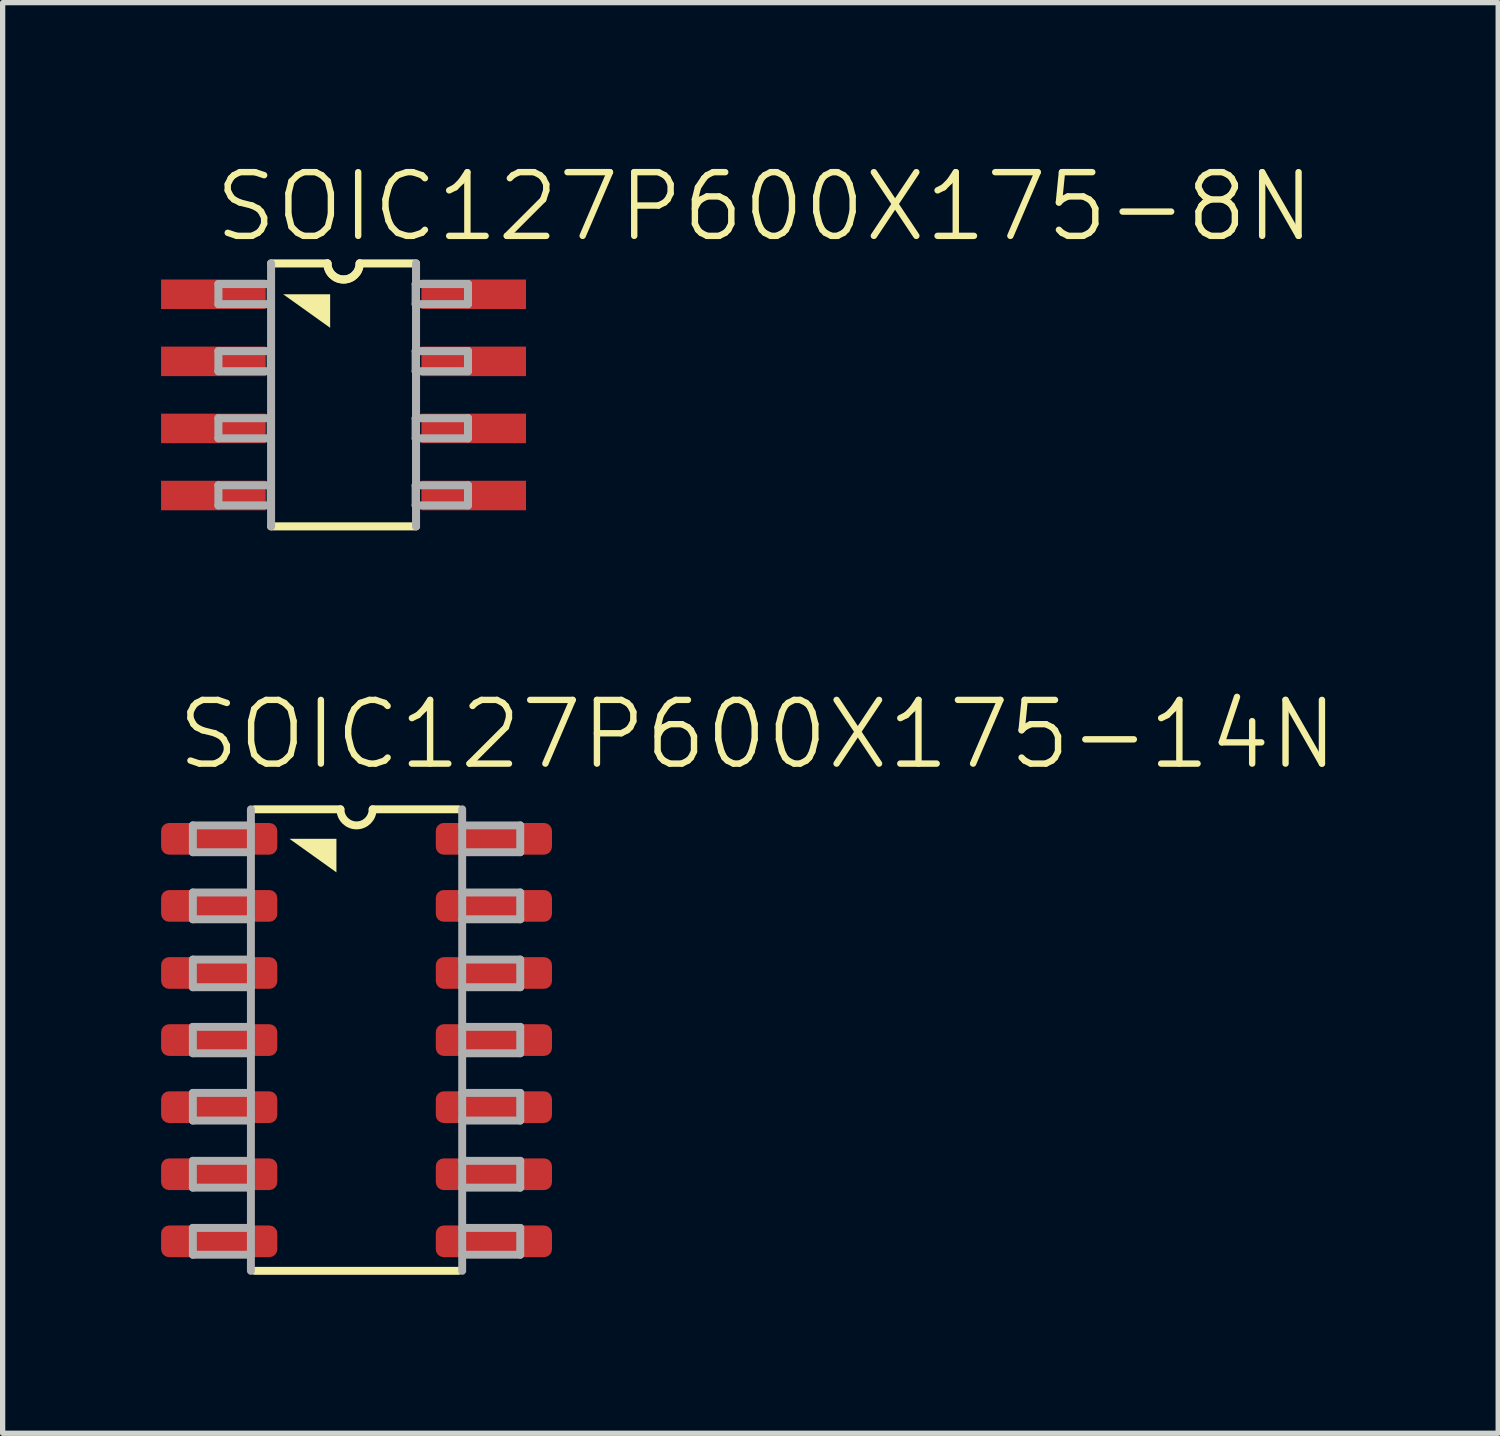
<source format=kicad_pcb>
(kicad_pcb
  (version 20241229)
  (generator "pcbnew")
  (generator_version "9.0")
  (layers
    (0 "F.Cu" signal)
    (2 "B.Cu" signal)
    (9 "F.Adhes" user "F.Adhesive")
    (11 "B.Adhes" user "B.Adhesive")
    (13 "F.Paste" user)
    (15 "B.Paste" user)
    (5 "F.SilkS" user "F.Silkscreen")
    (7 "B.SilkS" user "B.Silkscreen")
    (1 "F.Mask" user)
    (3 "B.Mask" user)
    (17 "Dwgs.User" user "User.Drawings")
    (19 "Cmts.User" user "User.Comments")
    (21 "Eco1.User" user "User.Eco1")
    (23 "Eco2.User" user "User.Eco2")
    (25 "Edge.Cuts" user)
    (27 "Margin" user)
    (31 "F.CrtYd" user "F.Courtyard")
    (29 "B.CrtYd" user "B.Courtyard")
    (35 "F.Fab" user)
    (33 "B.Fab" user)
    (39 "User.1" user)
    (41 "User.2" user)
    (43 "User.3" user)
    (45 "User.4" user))
  (footprint "SOIC127P600X175-8N"
    (layer "F.Cu")
    (at 3.454 4.426)
    (property "Reference" "SOIC127P600X175-8N" (at -2.502 -2.857 0) (layer "F.SilkS") (effects (font (size 1.206 1.206) (thickness 0.121)) (justify left bottom)))
    (attr through_hole)
    (fp_line (start -1.372 2.489) (end 1.372 2.489) (stroke (width 0.152) (type solid)) (layer "F.SilkS"))
    (fp_line (start -0.305 -2.489) (end -1.372 -2.489) (stroke (width 0.152) (type solid)) (layer "F.SilkS"))
    (fp_line (start 1.372 -2.489) (end 0.305 -2.489) (stroke (width 0.152) (type solid)) (layer "F.SilkS"))
    (fp_arc (start 0.3048 -2.4892) (mid 0 -2.1844) (end -0.3048 -2.4892) (stroke (width 0.1524) (type solid)) (layer "F.SilkS"))
    (fp_arc (start 0.3048 -2.4892) (mid 0 -2.1844) (end -0.3048 -2.4892) (stroke (width 0.1524) (type solid)) (layer "F.SilkS"))
    (fp_poly (pts (xy -1.143 -1.905) (xy -0.254 -1.905) (xy -0.254 -1.27)) (stroke (width 0) (type solid)) (fill yes) (layer "F.SilkS"))
    (fp_line (start -2.369 -2.099) (end -2.369 -1.718) (stroke (width 0.152) (type solid)) (layer "F.Fab"))
    (fp_line (start -2.369 -1.718) (end -1.378 -1.718) (stroke (width 0.152) (type solid)) (layer "F.Fab"))
    (fp_line (start -2.369 -0.829) (end -2.369 -0.448) (stroke (width 0.152) (type solid)) (layer "F.Fab"))
    (fp_line (start -2.369 -0.448) (end -1.378 -0.448) (stroke (width 0.152) (type solid)) (layer "F.Fab"))
    (fp_line (start -2.369 0.441) (end -2.369 0.822) (stroke (width 0.152) (type solid)) (layer "F.Fab"))
    (fp_line (start -2.369 0.822) (end -1.378 0.822) (stroke (width 0.152) (type solid)) (layer "F.Fab"))
    (fp_line (start -2.369 1.711) (end -2.369 2.092) (stroke (width 0.152) (type solid)) (layer "F.Fab"))
    (fp_line (start -2.369 2.092) (end -1.378 2.092) (stroke (width 0.152) (type solid)) (layer "F.Fab"))
    (fp_line (start -1.378 -2.099) (end -2.369 -2.099) (stroke (width 0.152) (type solid)) (layer "F.Fab"))
    (fp_line (start -1.378 -1.718) (end -1.378 -2.099) (stroke (width 0.152) (type solid)) (layer "F.Fab"))
    (fp_line (start -1.378 -0.829) (end -2.369 -0.829) (stroke (width 0.152) (type solid)) (layer "F.Fab"))
    (fp_line (start -1.378 -0.448) (end -1.378 -0.829) (stroke (width 0.152) (type solid)) (layer "F.Fab"))
    (fp_line (start -1.378 0.441) (end -2.369 0.441) (stroke (width 0.152) (type solid)) (layer "F.Fab"))
    (fp_line (start -1.378 0.822) (end -1.378 0.441) (stroke (width 0.152) (type solid)) (layer "F.Fab"))
    (fp_line (start -1.378 1.711) (end -2.369 1.711) (stroke (width 0.152) (type solid)) (layer "F.Fab"))
    (fp_line (start -1.378 2.092) (end -1.378 1.711) (stroke (width 0.152) (type solid)) (layer "F.Fab"))
    (fp_line (start -1.372 2.489) (end -1.372 -2.489) (stroke (width 0.152) (type solid)) (layer "F.Fab"))
    (fp_line (start 1.365 -2.099) (end 1.365 -1.718) (stroke (width 0.152) (type solid)) (layer "F.Fab"))
    (fp_line (start 1.365 -1.718) (end 2.356 -1.718) (stroke (width 0.152) (type solid)) (layer "F.Fab"))
    (fp_line (start 1.365 -0.829) (end 1.365 -0.448) (stroke (width 0.152) (type solid)) (layer "F.Fab"))
    (fp_line (start 1.365 -0.448) (end 2.356 -0.448) (stroke (width 0.152) (type solid)) (layer "F.Fab"))
    (fp_line (start 1.365 0.441) (end 1.365 0.822) (stroke (width 0.152) (type solid)) (layer "F.Fab"))
    (fp_line (start 1.365 0.822) (end 2.356 0.822) (stroke (width 0.152) (type solid)) (layer "F.Fab"))
    (fp_line (start 1.365 1.711) (end 1.365 2.092) (stroke (width 0.152) (type solid)) (layer "F.Fab"))
    (fp_line (start 1.365 2.092) (end 2.356 2.092) (stroke (width 0.152) (type solid)) (layer "F.Fab"))
    (fp_line (start 1.372 2.489) (end 1.372 -2.489) (stroke (width 0.152) (type solid)) (layer "F.Fab"))
    (fp_line (start 2.356 -2.099) (end 1.365 -2.099) (stroke (width 0.152) (type solid)) (layer "F.Fab"))
    (fp_line (start 2.356 -1.718) (end 2.356 -2.099) (stroke (width 0.152) (type solid)) (layer "F.Fab"))
    (fp_line (start 2.356 -0.829) (end 1.365 -0.829) (stroke (width 0.152) (type solid)) (layer "F.Fab"))
    (fp_line (start 2.356 -0.448) (end 2.356 -0.829) (stroke (width 0.152) (type solid)) (layer "F.Fab"))
    (fp_line (start 2.356 0.441) (end 1.365 0.441) (stroke (width 0.152) (type solid)) (layer "F.Fab"))
    (fp_line (start 2.356 0.822) (end 2.356 0.441) (stroke (width 0.152) (type solid)) (layer "F.Fab"))
    (fp_line (start 2.356 1.711) (end 1.365 1.711) (stroke (width 0.152) (type solid)) (layer "F.Fab"))
    (fp_line (start 2.356 2.092) (end 2.356 1.711) (stroke (width 0.152) (type solid)) (layer "F.Fab"))
    (pad "1" smd rect (at -2.464 -1.905) (size 1.981 0.559) (layers "F.Cu" "F.Mask" "F.Paste"))
    (pad "2" smd rect (at -2.464 -0.635) (size 1.981 0.559) (layers "F.Cu" "F.Mask" "F.Paste"))
    (pad "3" smd rect (at -2.464 0.635) (size 1.981 0.559) (layers "F.Cu" "F.Mask" "F.Paste"))
    (pad "4" smd rect (at -2.464 1.905) (size 1.981 0.559) (layers "F.Cu" "F.Mask" "F.Paste"))
    (pad "5" smd rect (at 2.464 1.905) (size 1.981 0.559) (layers "F.Cu" "F.Mask" "F.Paste"))
    (pad "6" smd rect (at 2.464 0.635) (size 1.981 0.559) (layers "F.Cu" "F.Mask" "F.Paste"))
    (pad "7" smd rect (at 2.464 -0.635) (size 1.981 0.559) (layers "F.Cu" "F.Mask" "F.Paste"))
    (pad "8" smd rect (at 2.464 -1.905) (size 1.981 0.559) (layers "F.Cu" "F.Mask" "F.Paste")))
  (footprint "SOIC127P600X175-14N"
    (layer "F.Cu")
    (at 3.7 16.64)
    (property "Reference" "SOIC127P600X175-14N" (at -3.454 -5.08 0) (layer "F.SilkS") (effects (font (size 1.206 1.206) (thickness 0.121)) (justify left bottom)))
    (attr through_hole)
    (fp_line (start -1.93 4.369) (end 1.93 4.369) (stroke (width 0.15) (type solid)) (layer "F.SilkS"))
    (fp_line (start -0.305 -4.369) (end -1.93 -4.369) (stroke (width 0.15) (type solid)) (layer "F.SilkS"))
    (fp_line (start 1.93 -4.369) (end 0.305 -4.369) (stroke (width 0.15) (type solid)) (layer "F.SilkS"))
    (fp_arc (start 0.3048 -4.3688) (mid 0 -4.064) (end -0.3048 -4.3688) (stroke (width 0.15) (type solid)) (layer "F.SilkS"))
    (fp_poly (pts (xy -1.27 -3.81) (xy -0.381 -3.81) (xy -0.381 -3.175)) (stroke (width 0) (type solid)) (fill yes) (layer "F.SilkS"))
    (fp_line (start -3.099 -4.064) (end -3.099 -3.556) (stroke (width 0.15) (type solid)) (layer "F.Fab"))
    (fp_line (start -3.099 -3.556) (end -2 -3.556) (stroke (width 0.15) (type solid)) (layer "F.Fab"))
    (fp_line (start -3.099 -2.794) (end -3.099 -2.286) (stroke (width 0.15) (type solid)) (layer "F.Fab"))
    (fp_line (start -3.099 -2.286) (end -2 -2.286) (stroke (width 0.15) (type solid)) (layer "F.Fab"))
    (fp_line (start -3.099 -1.524) (end -3.099 -1) (stroke (width 0.15) (type solid)) (layer "F.Fab"))
    (fp_line (start -3.099 -1) (end -2 -1) (stroke (width 0.15) (type solid)) (layer "F.Fab"))
    (fp_line (start -3.099 -0.25) (end -3.099 0.25) (stroke (width 0.15) (type solid)) (layer "F.Fab"))
    (fp_line (start -3.099 0.25) (end -2 0.25) (stroke (width 0.15) (type solid)) (layer "F.Fab"))
    (fp_line (start -3.099 1) (end -3.099 1.524) (stroke (width 0.15) (type solid)) (layer "F.Fab"))
    (fp_line (start -3.099 1.524) (end -2 1.524) (stroke (width 0.15) (type solid)) (layer "F.Fab"))
    (fp_line (start -3.099 2.286) (end -3.099 2.794) (stroke (width 0.15) (type solid)) (layer "F.Fab"))
    (fp_line (start -3.099 2.794) (end -2 2.794) (stroke (width 0.15) (type solid)) (layer "F.Fab"))
    (fp_line (start -3.099 3.556) (end -3.099 4.064) (stroke (width 0.15) (type solid)) (layer "F.Fab"))
    (fp_line (start -3.099 4.064) (end -2 4.064) (stroke (width 0.15) (type solid)) (layer "F.Fab"))
    (fp_line (start -2 -4.369) (end -2 4.369) (stroke (width 0.15) (type solid)) (layer "F.Fab"))
    (fp_line (start -2 -4.064) (end -3.099 -4.064) (stroke (width 0.15) (type solid)) (layer "F.Fab"))
    (fp_line (start -2 -3.556) (end -2 -4.064) (stroke (width 0.1) (type solid)) (layer "F.Fab"))
    (fp_line (start -2 -2.794) (end -3.099 -2.794) (stroke (width 0.15) (type solid)) (layer "F.Fab"))
    (fp_line (start -2 -2.286) (end -2 -2.794) (stroke (width 0.1) (type solid)) (layer "F.Fab"))
    (fp_line (start -2 -1.524) (end -3.099 -1.524) (stroke (width 0.15) (type solid)) (layer "F.Fab"))
    (fp_line (start -2 -1) (end -2 -1.524) (stroke (width 0.1) (type solid)) (layer "F.Fab"))
    (fp_line (start -2 -0.25) (end -3.099 -0.25) (stroke (width 0.15) (type solid)) (layer "F.Fab"))
    (fp_line (start -2 0.25) (end -2 -0.25) (stroke (width 0.1) (type solid)) (layer "F.Fab"))
    (fp_line (start -2 1) (end -3.099 1) (stroke (width 0.15) (type solid)) (layer "F.Fab"))
    (fp_line (start -2 1.524) (end -2 1) (stroke (width 0.1) (type solid)) (layer "F.Fab"))
    (fp_line (start -2 2.286) (end -3.099 2.286) (stroke (width 0.15) (type solid)) (layer "F.Fab"))
    (fp_line (start -2 2.794) (end -2 2.286) (stroke (width 0.1) (type solid)) (layer "F.Fab"))
    (fp_line (start -2 3.556) (end -3.099 3.556) (stroke (width 0.15) (type solid)) (layer "F.Fab"))
    (fp_line (start -2 4.064) (end -2 3.556) (stroke (width 0.1) (type solid)) (layer "F.Fab"))
    (fp_line (start 2 -4.064) (end 2 -3.556) (stroke (width 0.1) (type solid)) (layer "F.Fab"))
    (fp_line (start 2 -3.556) (end 3.099 -3.556) (stroke (width 0.15) (type solid)) (layer "F.Fab"))
    (fp_line (start 2 -2.794) (end 2 -2.286) (stroke (width 0.1) (type solid)) (layer "F.Fab"))
    (fp_line (start 2 -2.286) (end 3.099 -2.286) (stroke (width 0.15) (type solid)) (layer "F.Fab"))
    (fp_line (start 2 -1.524) (end 2 -1) (stroke (width 0.1) (type solid)) (layer "F.Fab"))
    (fp_line (start 2 -1) (end 3.099 -1) (stroke (width 0.15) (type solid)) (layer "F.Fab"))
    (fp_line (start 2 -0.25) (end 2 0.25) (stroke (width 0.1) (type solid)) (layer "F.Fab"))
    (fp_line (start 2 0.25) (end 3.099 0.25) (stroke (width 0.15) (type solid)) (layer "F.Fab"))
    (fp_line (start 2 1) (end 2 1.524) (stroke (width 0.1) (type solid)) (layer "F.Fab"))
    (fp_line (start 2 1.524) (end 3.099 1.524) (stroke (width 0.15) (type solid)) (layer "F.Fab"))
    (fp_line (start 2 2.286) (end 2 2.794) (stroke (width 0.1) (type solid)) (layer "F.Fab"))
    (fp_line (start 2 2.794) (end 3.099 2.794) (stroke (width 0.15) (type solid)) (layer "F.Fab"))
    (fp_line (start 2 3.556) (end 2 4.064) (stroke (width 0.1) (type solid)) (layer "F.Fab"))
    (fp_line (start 2 4.064) (end 3.099 4.064) (stroke (width 0.15) (type solid)) (layer "F.Fab"))
    (fp_line (start 2 4.369) (end 2 -4.369) (stroke (width 0.15) (type solid)) (layer "F.Fab"))
    (fp_line (start 3.099 -4.064) (end 2 -4.064) (stroke (width 0.15) (type solid)) (layer "F.Fab"))
    (fp_line (start 3.099 -3.556) (end 3.099 -4.064) (stroke (width 0.15) (type solid)) (layer "F.Fab"))
    (fp_line (start 3.099 -2.794) (end 2 -2.794) (stroke (width 0.15) (type solid)) (layer "F.Fab"))
    (fp_line (start 3.099 -2.286) (end 3.099 -2.794) (stroke (width 0.15) (type solid)) (layer "F.Fab"))
    (fp_line (start 3.099 -1.524) (end 2 -1.524) (stroke (width 0.15) (type solid)) (layer "F.Fab"))
    (fp_line (start 3.099 -1) (end 3.099 -1.524) (stroke (width 0.15) (type solid)) (layer "F.Fab"))
    (fp_line (start 3.099 -0.25) (end 2 -0.25) (stroke (width 0.15) (type solid)) (layer "F.Fab"))
    (fp_line (start 3.099 0.25) (end 3.099 -0.25) (stroke (width 0.15) (type solid)) (layer "F.Fab"))
    (fp_line (start 3.099 1) (end 2 1) (stroke (width 0.15) (type solid)) (layer "F.Fab"))
    (fp_line (start 3.099 1.524) (end 3.099 1) (stroke (width 0.15) (type solid)) (layer "F.Fab"))
    (fp_line (start 3.099 2.286) (end 2 2.286) (stroke (width 0.15) (type solid)) (layer "F.Fab"))
    (fp_line (start 3.099 2.794) (end 3.099 2.286) (stroke (width 0.15) (type solid)) (layer "F.Fab"))
    (fp_line (start 3.099 3.556) (end 2 3.556) (stroke (width 0.15) (type solid)) (layer "F.Fab"))
    (fp_line (start 3.099 4.064) (end 3.099 3.556) (stroke (width 0.15) (type solid)) (layer "F.Fab"))
    (pad "1" smd roundrect (at -2.6 -3.81) (size 2.2 0.6) (layers "F.Cu" "F.Mask" "F.Paste") (roundrect_rratio 0.25))
    (pad "2" smd roundrect (at -2.6 -2.54) (size 2.2 0.6) (layers "F.Cu" "F.Mask" "F.Paste") (roundrect_rratio 0.25))
    (pad "3" smd roundrect (at -2.6 -1.27) (size 2.2 0.6) (layers "F.Cu" "F.Mask" "F.Paste") (roundrect_rratio 0.25))
    (pad "4" smd roundrect (at -2.6 0) (size 2.2 0.6) (layers "F.Cu" "F.Mask" "F.Paste") (roundrect_rratio 0.25))
    (pad "5" smd roundrect (at -2.6 1.27) (size 2.2 0.6) (layers "F.Cu" "F.Mask" "F.Paste") (roundrect_rratio 0.25))
    (pad "6" smd roundrect (at -2.6 2.54) (size 2.2 0.6) (layers "F.Cu" "F.Mask" "F.Paste") (roundrect_rratio 0.25))
    (pad "7" smd roundrect (at -2.6 3.81) (size 2.2 0.6) (layers "F.Cu" "F.Mask" "F.Paste") (roundrect_rratio 0.25))
    (pad "8" smd roundrect (at 2.6 3.81) (size 2.2 0.6) (layers "F.Cu" "F.Mask" "F.Paste") (roundrect_rratio 0.25))
    (pad "9" smd roundrect (at 2.6 2.54) (size 2.2 0.6) (layers "F.Cu" "F.Mask" "F.Paste") (roundrect_rratio 0.25))
    (pad "10" smd roundrect (at 2.6 1.27) (size 2.2 0.6) (layers "F.Cu" "F.Mask" "F.Paste") (roundrect_rratio 0.25))
    (pad "11" smd roundrect (at 2.6 0) (size 2.2 0.6) (layers "F.Cu" "F.Mask" "F.Paste") (roundrect_rratio 0.25))
    (pad "12" smd roundrect (at 2.6 -1.27) (size 2.2 0.6) (layers "F.Cu" "F.Mask" "F.Paste") (roundrect_rratio 0.25))
    (pad "13" smd roundrect (at 2.6 -2.54) (size 2.2 0.6) (layers "F.Cu" "F.Mask" "F.Paste") (roundrect_rratio 0.25))
    (pad "14" smd roundrect (at 2.6 -3.81) (size 2.2 0.6) (layers "F.Cu" "F.Mask" "F.Paste") (roundrect_rratio 0.25)))
  (gr_rect
    (start -3 -3)
    (end 25.313 24.084)
    (stroke (width 0.1) (type default))
    (fill no)
    (layer "Edge.Cuts")))
</source>
